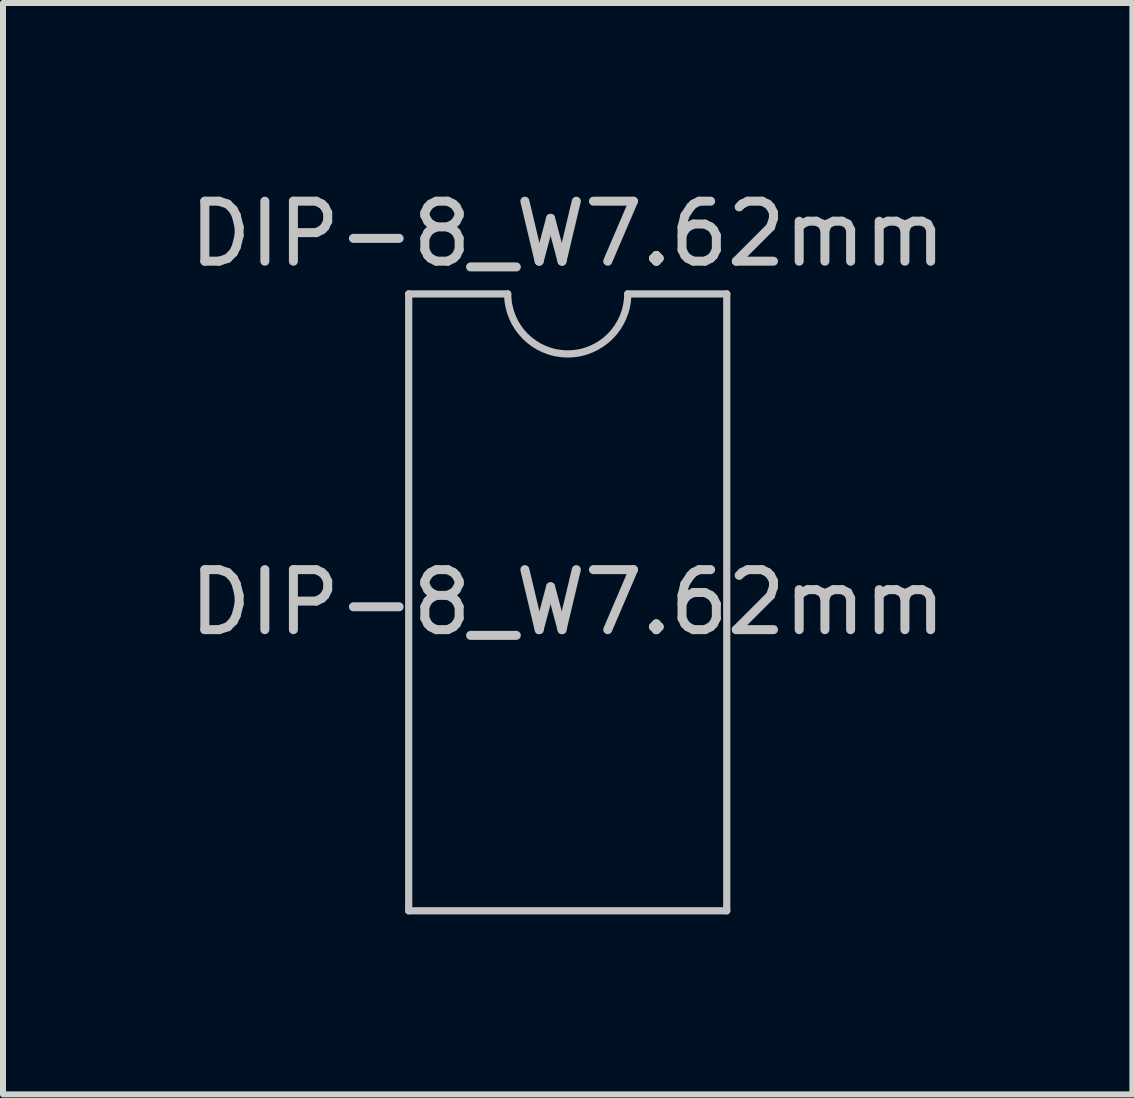
<source format=kicad_pcb>
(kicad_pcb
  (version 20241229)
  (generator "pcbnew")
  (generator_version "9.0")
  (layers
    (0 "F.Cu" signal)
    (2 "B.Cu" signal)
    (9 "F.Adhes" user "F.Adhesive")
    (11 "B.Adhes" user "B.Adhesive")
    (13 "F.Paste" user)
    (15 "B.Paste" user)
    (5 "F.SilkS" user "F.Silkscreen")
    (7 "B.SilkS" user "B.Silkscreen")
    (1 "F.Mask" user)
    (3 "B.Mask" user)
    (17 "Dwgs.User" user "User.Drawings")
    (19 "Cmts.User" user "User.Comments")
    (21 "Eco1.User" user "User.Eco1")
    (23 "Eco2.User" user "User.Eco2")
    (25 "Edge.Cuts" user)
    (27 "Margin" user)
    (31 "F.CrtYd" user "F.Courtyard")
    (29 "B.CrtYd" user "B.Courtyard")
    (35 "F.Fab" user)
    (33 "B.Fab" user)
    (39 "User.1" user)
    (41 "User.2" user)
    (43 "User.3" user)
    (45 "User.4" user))
  (footprint "DIP-8_W7.62mm"
    (layer "F.Cu")
    (at 2.601 3.178)
    (property "Reference" "DIP-8_W7.62mm" (at 3.81 -2.33 0) (layer "Dwgs.User") (effects (font (size 1 1) (thickness 0.15))))
    (fp_line (start 1.16 -1.33) (end 1.16 8.95) (stroke (width 0.12) (type solid)) (layer "Dwgs.User"))
    (fp_line (start 1.16 8.95) (end 6.46 8.95) (stroke (width 0.12) (type solid)) (layer "Dwgs.User"))
    (fp_line (start 2.81 -1.33) (end 1.16 -1.33) (stroke (width 0.12) (type solid)) (layer "Dwgs.User"))
    (fp_line (start 6.46 -1.33) (end 4.81 -1.33) (stroke (width 0.12) (type solid)) (layer "Dwgs.User"))
    (fp_line (start 6.46 8.95) (end 6.46 -1.33) (stroke (width 0.12) (type solid)) (layer "Dwgs.User"))
    (fp_arc (start 4.81 -1.33) (mid 3.81 -0.33) (end 2.81 -1.33) (stroke (width 0.12) (type solid)) (layer "Dwgs.User"))
    (fp_text user "${REFERENCE}" (at 3.81 3.81 0) (layer "Dwgs.User") (effects (font (size 1 1) (thickness 0.15)))))
  (gr_rect
    (start -3 -3)
    (end 15.821 15.188)
    (stroke (width 0.1) (type default))
    (fill no)
    (layer "Edge.Cuts")))
</source>
